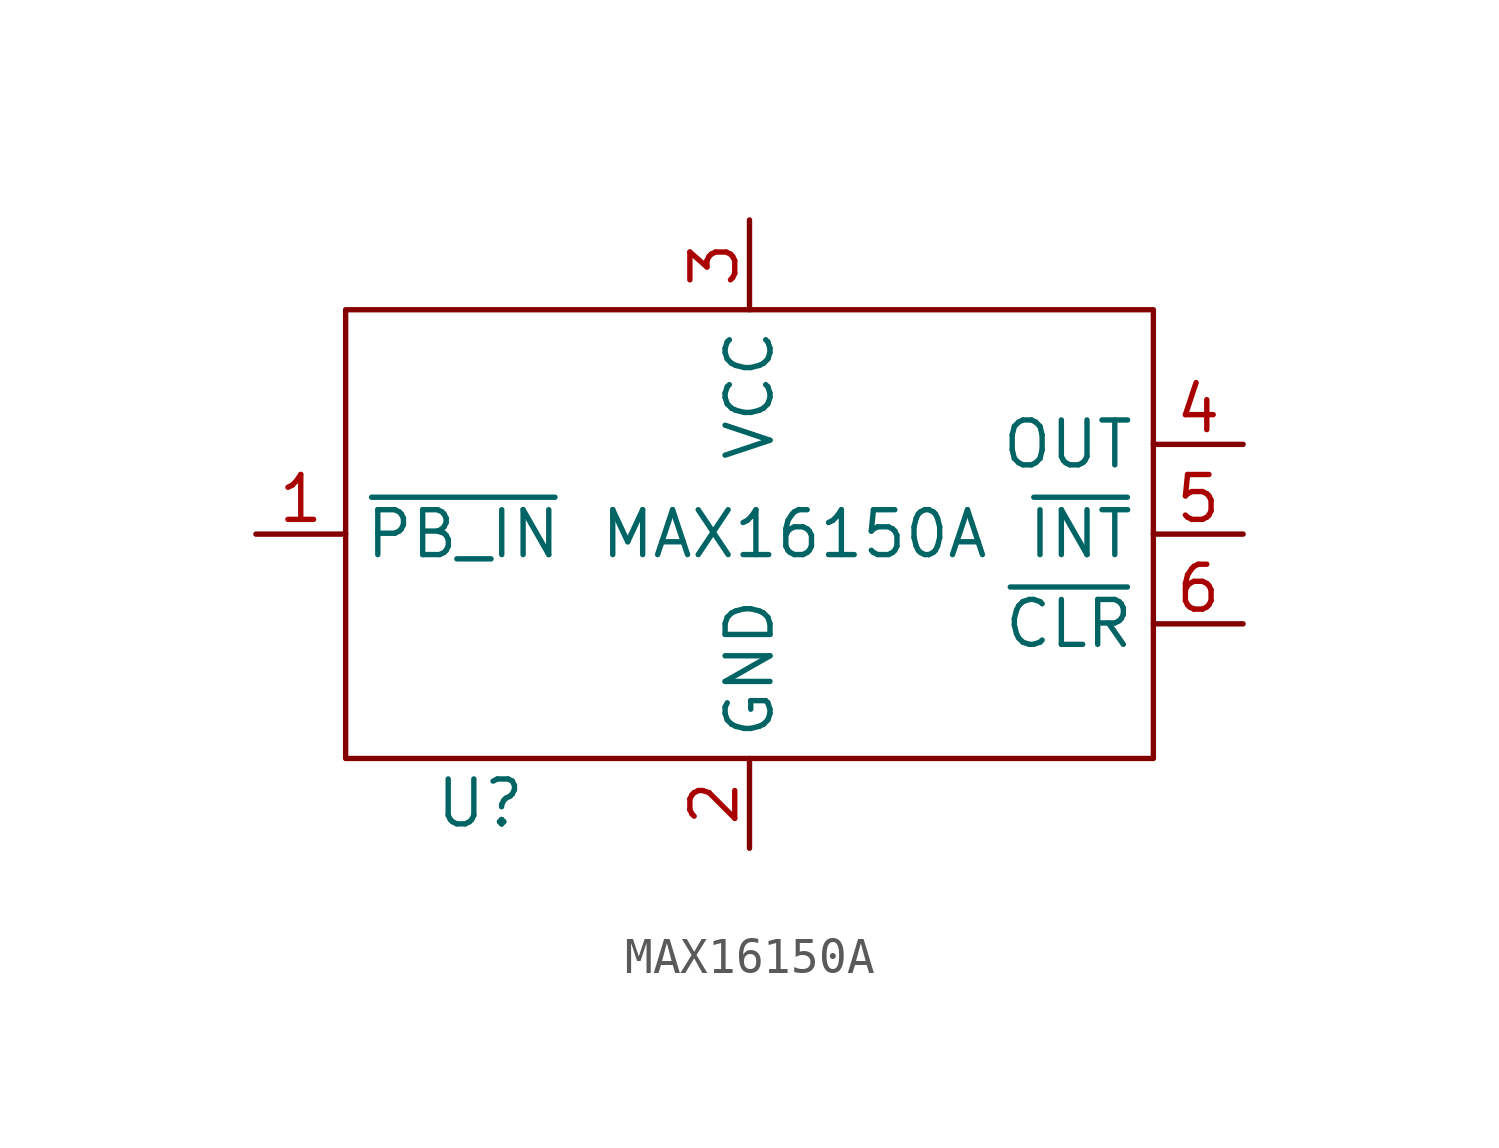
<source format=kicad_sym>
(kicad_symbol_lib
  (version 20211014)
  (generator kicad_symbol_editor)
  (symbol "MAX16150A"
    (property "Reference" "U"
      (at -7.62 -7.62 0)
      (effects (font (size 1.27 1.27))))
    (property "Value" "MAX16150A"
      (at 1.27 0 0)
      (effects (font (size 1.27 1.27))))
    (symbol "MAX16150A_0_1"
      (rectangle (start -11.43 6.35) (end 11.43 -6.35) (stroke (width 0.152) (type default) (color 0 0 0 0)) (fill (type none))))
    (symbol "MAX16150A_1_1"
      (pin input line (at -13.97 0 0) (length 2.54) (name "~{PB_IN}" (effects (font (size 1.27 1.27)))) (number "1" (effects (font (size 1.27 1.27)))))
      (pin power_in line (at 0 -8.89 90) (length 2.54) (name "GND" (effects (font (size 1.27 1.27)))) (number "2" (effects (font (size 1.27 1.27)))))
      (pin power_in line (at 0 8.89 270) (length 2.54) (name "VCC" (effects (font (size 1.27 1.27)))) (number "3" (effects (font (size 1.27 1.27)))))
      (pin power_out line (at 13.97 2.54 180) (length 2.54) (name "OUT" (effects (font (size 1.27 1.27)))) (number "4" (effects (font (size 1.27 1.27)))))
      (pin open_collector line (at 13.97 0 180) (length 2.54) (name "~{INT}" (effects (font (size 1.27 1.27)))) (number "5" (effects (font (size 1.27 1.27)))))
      (pin input line (at 13.97 -2.54 180) (length 2.54) (name "~{CLR}" (effects (font (size 1.27 1.27)))) (number "6" (effects (font (size 1.27 1.27))))))))
</source>
